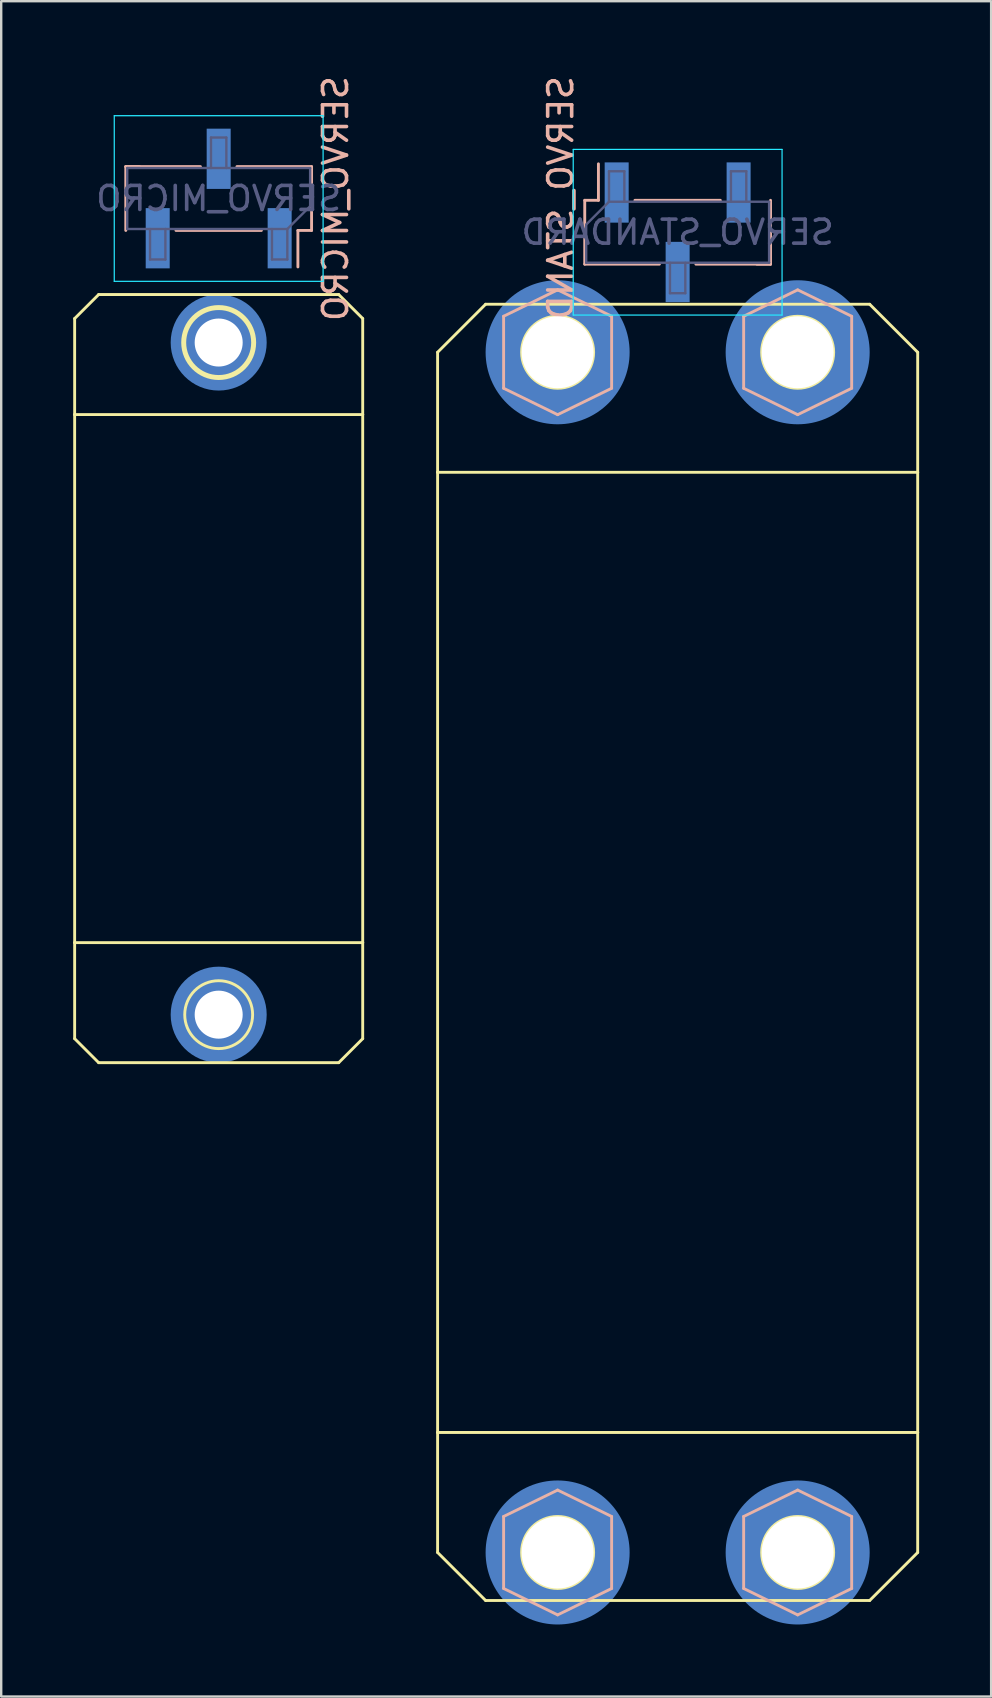
<source format=kicad_pcb>
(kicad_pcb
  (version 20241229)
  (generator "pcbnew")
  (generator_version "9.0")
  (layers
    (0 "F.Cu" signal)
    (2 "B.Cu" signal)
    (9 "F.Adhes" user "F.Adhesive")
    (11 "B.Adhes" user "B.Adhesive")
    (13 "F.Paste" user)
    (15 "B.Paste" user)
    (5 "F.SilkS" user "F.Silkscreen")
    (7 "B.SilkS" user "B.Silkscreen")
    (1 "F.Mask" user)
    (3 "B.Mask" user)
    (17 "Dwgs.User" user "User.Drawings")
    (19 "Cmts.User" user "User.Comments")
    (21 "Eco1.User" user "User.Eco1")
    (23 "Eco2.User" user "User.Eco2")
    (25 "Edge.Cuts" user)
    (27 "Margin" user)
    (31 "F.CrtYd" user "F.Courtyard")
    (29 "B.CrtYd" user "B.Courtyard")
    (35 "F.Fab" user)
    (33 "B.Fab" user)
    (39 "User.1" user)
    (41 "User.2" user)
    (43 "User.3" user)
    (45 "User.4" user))
  (footprint "SERVO_STANDARD"
    (layer "F.Cu")
    (at 25.18 36.625)
    (property "Reference" "SERVO_STANDARD" (at -4.87 -30 270) (layer "B.SilkS") (effects (font (size 1 1) (thickness 0.15)) (justify mirror)))
    (attr smd)
    (fp_line (start -10 -25) (end -8 -27) (stroke (width 0.12) (type solid)) (layer "F.SilkS"))
    (fp_line (start -10 -20) (end -10 -25) (stroke (width 0.12) (type solid)) (layer "F.SilkS"))
    (fp_line (start -10 -20) (end 10 -20) (stroke (width 0.12) (type solid)) (layer "F.SilkS"))
    (fp_line (start -10 20) (end -10 -20) (stroke (width 0.12) (type solid)) (layer "F.SilkS"))
    (fp_line (start -10 20) (end -10 25) (stroke (width 0.12) (type solid)) (layer "F.SilkS"))
    (fp_line (start -10 25) (end -8 27) (stroke (width 0.12) (type solid)) (layer "F.SilkS"))
    (fp_line (start -8 -27) (end 8 -27) (stroke (width 0.12) (type solid)) (layer "F.SilkS"))
    (fp_line (start 8 -27) (end 10 -25) (stroke (width 0.12) (type solid)) (layer "F.SilkS"))
    (fp_line (start 8 27) (end -8 27) (stroke (width 0.12) (type solid)) (layer "F.SilkS"))
    (fp_line (start 10 -25) (end 10 -20) (stroke (width 0.12) (type solid)) (layer "F.SilkS"))
    (fp_line (start 10 -20) (end 10 20) (stroke (width 0.12) (type solid)) (layer "F.SilkS"))
    (fp_line (start 10 20) (end -10 20) (stroke (width 0.12) (type solid)) (layer "F.SilkS"))
    (fp_line (start 10 25) (end 8 27) (stroke (width 0.12) (type solid)) (layer "F.SilkS"))
    (fp_line (start 10 25) (end 10 20) (stroke (width 0.12) (type solid)) (layer "F.SilkS"))
    (fp_circle (center -5 -25) (end -3.5 -25) (stroke (width 0.12) (type solid)) (fill no) (layer "F.SilkS"))
    (fp_circle (center -5 25) (end -3.5 25) (stroke (width 0.12) (type solid)) (fill no) (layer "F.SilkS"))
    (fp_circle (center 5 -25) (end 6.5 -25) (stroke (width 0.12) (type solid)) (fill no) (layer "F.SilkS"))
    (fp_circle (center 5 25) (end 6.5 25) (stroke (width 0.12) (type solid)) (fill no) (layer "F.SilkS"))
    (fp_line (start -7.25 -23.5) (end -7.25 -26.5) (stroke (width 0.12) (type solid)) (layer "B.SilkS"))
    (fp_line (start -7.25 -23.5) (end -5 -22.4) (stroke (width 0.12) (type solid)) (layer "B.SilkS"))
    (fp_line (start -7.25 26.5) (end -7.25 23.5) (stroke (width 0.12) (type solid)) (layer "B.SilkS"))
    (fp_line (start -7.25 26.5) (end -5 27.6) (stroke (width 0.12) (type solid)) (layer "B.SilkS"))
    (fp_line (start -5 -27.6) (end -7.25 -26.5) (stroke (width 0.12) (type solid)) (layer "B.SilkS"))
    (fp_line (start -5 -22.4) (end -2.75 -23.5) (stroke (width 0.12) (type solid)) (layer "B.SilkS"))
    (fp_line (start -5 22.4) (end -7.25 23.5) (stroke (width 0.12) (type solid)) (layer "B.SilkS"))
    (fp_line (start -5 27.6) (end -2.75 26.5) (stroke (width 0.12) (type solid)) (layer "B.SilkS"))
    (fp_line (start -3.87 -31.33) (end -3.87 -28.67) (stroke (width 0.12) (type solid)) (layer "B.SilkS"))
    (fp_line (start -3.87 -31.33) (end -3.3 -31.33) (stroke (width 0.12) (type solid)) (layer "B.SilkS"))
    (fp_line (start -3.87 -28.67) (end -0.76 -28.67) (stroke (width 0.12) (type solid)) (layer "B.SilkS"))
    (fp_line (start -3.3 -31.33) (end -3.3 -32.85) (stroke (width 0.12) (type solid)) (layer "B.SilkS"))
    (fp_line (start -2.75 -26.5) (end -5 -27.6) (stroke (width 0.12) (type solid)) (layer "B.SilkS"))
    (fp_line (start -2.75 -23.5) (end -2.75 -26.5) (stroke (width 0.12) (type solid)) (layer "B.SilkS"))
    (fp_line (start -2.75 23.5) (end -5 22.4) (stroke (width 0.12) (type solid)) (layer "B.SilkS"))
    (fp_line (start -2.75 26.5) (end -2.75 23.5) (stroke (width 0.12) (type solid)) (layer "B.SilkS"))
    (fp_line (start -1.78 -31.33) (end 1.78 -31.33) (stroke (width 0.12) (type solid)) (layer "B.SilkS"))
    (fp_line (start 0.76 -28.67) (end 3.87 -28.67) (stroke (width 0.12) (type solid)) (layer "B.SilkS"))
    (fp_line (start 2.75 -23.5) (end 2.75 -26.5) (stroke (width 0.12) (type solid)) (layer "B.SilkS"))
    (fp_line (start 2.75 -23.5) (end 5 -22.4) (stroke (width 0.12) (type solid)) (layer "B.SilkS"))
    (fp_line (start 2.75 26.5) (end 2.75 23.5) (stroke (width 0.12) (type solid)) (layer "B.SilkS"))
    (fp_line (start 2.75 26.5) (end 5 27.6) (stroke (width 0.12) (type solid)) (layer "B.SilkS"))
    (fp_line (start 3.3 -28.67) (end 3.87 -28.67) (stroke (width 0.12) (type solid)) (layer "B.SilkS"))
    (fp_line (start 3.87 -31.33) (end 3.87 -28.67) (stroke (width 0.12) (type solid)) (layer "B.SilkS"))
    (fp_line (start 5 -27.6) (end 2.75 -26.5) (stroke (width 0.12) (type solid)) (layer "B.SilkS"))
    (fp_line (start 5 -22.4) (end 7.25 -23.5) (stroke (width 0.12) (type solid)) (layer "B.SilkS"))
    (fp_line (start 5 22.4) (end 2.75 23.5) (stroke (width 0.12) (type solid)) (layer "B.SilkS"))
    (fp_line (start 5 27.6) (end 7.25 26.5) (stroke (width 0.12) (type solid)) (layer "B.SilkS"))
    (fp_line (start 7.25 -26.5) (end 5 -27.6) (stroke (width 0.12) (type solid)) (layer "B.SilkS"))
    (fp_line (start 7.25 -23.5) (end 7.25 -26.5) (stroke (width 0.12) (type solid)) (layer "B.SilkS"))
    (fp_line (start 7.25 23.5) (end 5 22.4) (stroke (width 0.12) (type solid)) (layer "B.SilkS"))
    (fp_line (start 7.25 26.5) (end 7.25 23.5) (stroke (width 0.12) (type solid)) (layer "B.SilkS"))
    (fp_line (start -4.35 -33.45) (end 4.35 -33.45) (stroke (width 0.05) (type solid)) (layer "B.CrtYd"))
    (fp_line (start -4.35 -26.55) (end -4.35 -33.45) (stroke (width 0.05) (type solid)) (layer "B.CrtYd"))
    (fp_line (start 4.35 -33.45) (end 4.35 -26.55) (stroke (width 0.05) (type solid)) (layer "B.CrtYd"))
    (fp_line (start 4.35 -26.55) (end -4.35 -26.55) (stroke (width 0.05) (type solid)) (layer "B.CrtYd"))
    (fp_line (start -3.81 -30.32) (end -3.81 -28.73) (stroke (width 0.1) (type solid)) (layer "B.Fab"))
    (fp_line (start -3.81 -28.73) (end 3.81 -28.73) (stroke (width 0.1) (type solid)) (layer "B.Fab"))
    (fp_line (start -2.86 -32.54) (end -2.22 -32.54) (stroke (width 0.1) (type solid)) (layer "B.Fab"))
    (fp_line (start -2.86 -31.27) (end -3.81 -30.32) (stroke (width 0.1) (type solid)) (layer "B.Fab"))
    (fp_line (start -2.86 -31.27) (end -2.86 -32.54) (stroke (width 0.1) (type solid)) (layer "B.Fab"))
    (fp_line (start -2.22 -32.54) (end -2.22 -31.27) (stroke (width 0.1) (type solid)) (layer "B.Fab"))
    (fp_line (start -0.32 -28.73) (end -0.32 -27.46) (stroke (width 0.1) (type solid)) (layer "B.Fab"))
    (fp_line (start -0.32 -27.46) (end 0.32 -27.46) (stroke (width 0.1) (type solid)) (layer "B.Fab"))
    (fp_line (start 0.32 -27.46) (end 0.32 -28.73) (stroke (width 0.1) (type solid)) (layer "B.Fab"))
    (fp_line (start 2.22 -32.54) (end 2.86 -32.54) (stroke (width 0.1) (type solid)) (layer "B.Fab"))
    (fp_line (start 2.22 -31.27) (end 2.22 -32.54) (stroke (width 0.1) (type solid)) (layer "B.Fab"))
    (fp_line (start 2.86 -32.54) (end 2.86 -31.27) (stroke (width 0.1) (type solid)) (layer "B.Fab"))
    (fp_line (start 3.81 -31.27) (end -2.86 -31.27) (stroke (width 0.1) (type solid)) (layer "B.Fab"))
    (fp_line (start 3.81 -28.73) (end 3.81 -31.27) (stroke (width 0.1) (type solid)) (layer "B.Fab"))
    (fp_text user "${REFERENCE}" (at 0 -30 180) (layer "B.Fab") (effects (font (size 1 1) (thickness 0.15)) (justify mirror)))
    (pad "" np_thru_hole circle (at -5 -25) (size 3 3) (drill 3) (layers "*.Cu" "*.Mask"))
    (pad "" smd circle (at -5 -25) (size 6 6) (layers "B.Cu" "B.Mask" "B.Paste"))
    (pad "" np_thru_hole circle (at -5 25) (size 3 3) (drill 3) (layers "*.Cu" "*.Mask"))
    (pad "" smd circle (at -5 25) (size 6 6) (layers "B.Cu" "B.Mask" "B.Paste"))
    (pad "" np_thru_hole circle (at 5 -25) (size 3 3) (drill 3) (layers "*.Cu" "*.Mask"))
    (pad "" smd circle (at 5 -25) (size 6 6) (layers "B.Cu" "B.Mask" "B.Paste"))
    (pad "" np_thru_hole circle (at 5 25) (size 3 3) (drill 3) (layers "*.Cu" "*.Mask"))
    (pad "" smd circle (at 5 25) (size 6 6) (layers "B.Cu" "B.Mask" "B.Paste"))
    (pad "1" smd rect (at -2.54 -31.655 270) (size 2.51 1) (layers "B.Cu" "B.Mask" "B.Paste"))
    (pad "2" smd rect (at 0 -28.345 270) (size 2.51 1) (layers "B.Cu" "B.Mask" "B.Paste"))
    (pad "3" smd rect (at 2.54 -31.655 270) (size 2.51 1) (layers "B.Cu" "B.Mask" "B.Paste")))
  (footprint "SERVO_MICRO"
    (layer "F.Cu")
    (at 6.06 25.22)
    (property "Reference" "SERVO_MICRO" (at 4.87 -20 90) (layer "B.SilkS") (effects (font (size 1 1) (thickness 0.15)) (justify mirror)))
    (attr smd)
    (fp_line (start -6 -15) (end -5 -16) (stroke (width 0.12) (type solid)) (layer "F.SilkS"))
    (fp_line (start -6 -11) (end -6 -15) (stroke (width 0.12) (type solid)) (layer "F.SilkS"))
    (fp_line (start -6 -11) (end 6 -11) (stroke (width 0.12) (type solid)) (layer "F.SilkS"))
    (fp_line (start -6 11) (end -6 -11) (stroke (width 0.12) (type solid)) (layer "F.SilkS"))
    (fp_line (start -6 15) (end -6 11) (stroke (width 0.12) (type solid)) (layer "F.SilkS"))
    (fp_line (start -5 -16) (end 5 -16) (stroke (width 0.12) (type solid)) (layer "F.SilkS"))
    (fp_line (start -5 16) (end -6 15) (stroke (width 0.12) (type solid)) (layer "F.SilkS"))
    (fp_line (start 5 -16) (end 6 -15) (stroke (width 0.12) (type solid)) (layer "F.SilkS"))
    (fp_line (start 5 16) (end -5 16) (stroke (width 0.12) (type solid)) (layer "F.SilkS"))
    (fp_line (start 6 -15) (end 6 -11) (stroke (width 0.12) (type solid)) (layer "F.SilkS"))
    (fp_line (start 6 -11) (end 6 11) (stroke (width 0.12) (type solid)) (layer "F.SilkS"))
    (fp_line (start 6 11) (end -6 11) (stroke (width 0.12) (type solid)) (layer "F.SilkS"))
    (fp_line (start 6 11) (end 6 15) (stroke (width 0.12) (type solid)) (layer "F.SilkS"))
    (fp_line (start 6 15) (end 5 16) (stroke (width 0.12) (type solid)) (layer "F.SilkS"))
    (fp_circle (center 0 -14) (end 1 -15) (stroke (width 0.12) (type solid)) (fill no) (layer "F.SilkS"))
    (fp_circle (center 0 -14) (end 1.5 -14) (stroke (width 0.12) (type solid)) (fill no) (layer "F.SilkS"))
    (fp_circle (center 0 14) (end 1 15) (stroke (width 0.12) (type solid)) (fill no) (layer "F.SilkS"))
    (fp_line (start -3.87 -18.67) (end -3.87 -21.33) (stroke (width 0.12) (type solid)) (layer "B.SilkS"))
    (fp_line (start -3.3 -21.33) (end -3.87 -21.33) (stroke (width 0.12) (type solid)) (layer "B.SilkS"))
    (fp_line (start -0.76 -21.33) (end -3.87 -21.33) (stroke (width 0.12) (type solid)) (layer "B.SilkS"))
    (fp_line (start 1.78 -18.67) (end -1.78 -18.67) (stroke (width 0.12) (type solid)) (layer "B.SilkS"))
    (fp_line (start 3.3 -18.67) (end 3.3 -17.15) (stroke (width 0.12) (type solid)) (layer "B.SilkS"))
    (fp_line (start 3.87 -21.33) (end 0.76 -21.33) (stroke (width 0.12) (type solid)) (layer "B.SilkS"))
    (fp_line (start 3.87 -18.67) (end 3.3 -18.67) (stroke (width 0.12) (type solid)) (layer "B.SilkS"))
    (fp_line (start 3.87 -18.67) (end 3.87 -21.33) (stroke (width 0.12) (type solid)) (layer "B.SilkS"))
    (fp_line (start -4.35 -23.45) (end 4.35 -23.45) (stroke (width 0.05) (type solid)) (layer "B.CrtYd"))
    (fp_line (start -4.35 -16.55) (end -4.35 -23.45) (stroke (width 0.05) (type solid)) (layer "B.CrtYd"))
    (fp_line (start 4.35 -23.45) (end 4.35 -16.55) (stroke (width 0.05) (type solid)) (layer "B.CrtYd"))
    (fp_line (start 4.35 -16.55) (end -4.35 -16.55) (stroke (width 0.05) (type solid)) (layer "B.CrtYd"))
    (fp_line (start -3.81 -21.27) (end -3.81 -18.73) (stroke (width 0.1) (type solid)) (layer "B.Fab"))
    (fp_line (start -3.81 -18.73) (end 2.86 -18.73) (stroke (width 0.1) (type solid)) (layer "B.Fab"))
    (fp_line (start -2.86 -17.46) (end -2.86 -18.73) (stroke (width 0.1) (type solid)) (layer "B.Fab"))
    (fp_line (start -2.22 -18.73) (end -2.22 -17.46) (stroke (width 0.1) (type solid)) (layer "B.Fab"))
    (fp_line (start -2.22 -17.46) (end -2.86 -17.46) (stroke (width 0.1) (type solid)) (layer "B.Fab"))
    (fp_line (start -0.32 -22.54) (end -0.32 -21.27) (stroke (width 0.1) (type solid)) (layer "B.Fab"))
    (fp_line (start 0.32 -22.54) (end -0.32 -22.54) (stroke (width 0.1) (type solid)) (layer "B.Fab"))
    (fp_line (start 0.32 -21.27) (end 0.32 -22.54) (stroke (width 0.1) (type solid)) (layer "B.Fab"))
    (fp_line (start 2.22 -17.46) (end 2.22 -18.73) (stroke (width 0.1) (type solid)) (layer "B.Fab"))
    (fp_line (start 2.86 -18.73) (end 2.86 -17.46) (stroke (width 0.1) (type solid)) (layer "B.Fab"))
    (fp_line (start 2.86 -18.73) (end 3.81 -19.68) (stroke (width 0.1) (type solid)) (layer "B.Fab"))
    (fp_line (start 2.86 -17.46) (end 2.22 -17.46) (stroke (width 0.1) (type solid)) (layer "B.Fab"))
    (fp_line (start 3.81 -21.27) (end -3.81 -21.27) (stroke (width 0.1) (type solid)) (layer "B.Fab"))
    (fp_line (start 3.81 -19.68) (end 3.81 -21.27) (stroke (width 0.1) (type solid)) (layer "B.Fab"))
    (fp_text user "${REFERENCE}" (at 0 -20 0) (layer "B.Fab") (effects (font (size 1 1) (thickness 0.15)) (justify mirror)))
    (pad "" np_thru_hole circle (at 0 -14) (size 2 2) (drill 2) (layers "*.Cu" "*.Mask"))
    (pad "" smd circle (at 0 -14) (size 4 4) (layers "B.Cu" "B.Mask" "B.Paste"))
    (pad "" np_thru_hole circle (at 0 14) (size 2 2) (drill 2) (layers "*.Cu" "*.Mask"))
    (pad "" smd circle (at 0 14) (size 4 4) (layers "B.Cu" "B.Mask" "B.Paste"))
    (pad "1" smd rect (at 2.54 -18.345 90) (size 2.51 1) (layers "B.Cu" "B.Mask" "B.Paste"))
    (pad "2" smd rect (at 0 -21.655 90) (size 2.51 1) (layers "B.Cu" "B.Mask" "B.Paste"))
    (pad "3" smd rect (at -2.54 -18.345 90) (size 2.51 1) (layers "B.Cu" "B.Mask" "B.Paste")))
  (gr_rect
    (start -3 -3)
    (end 38.24 67.625)
    (stroke (width 0.1) (type default))
    (fill no)
    (layer "Edge.Cuts")))
</source>
